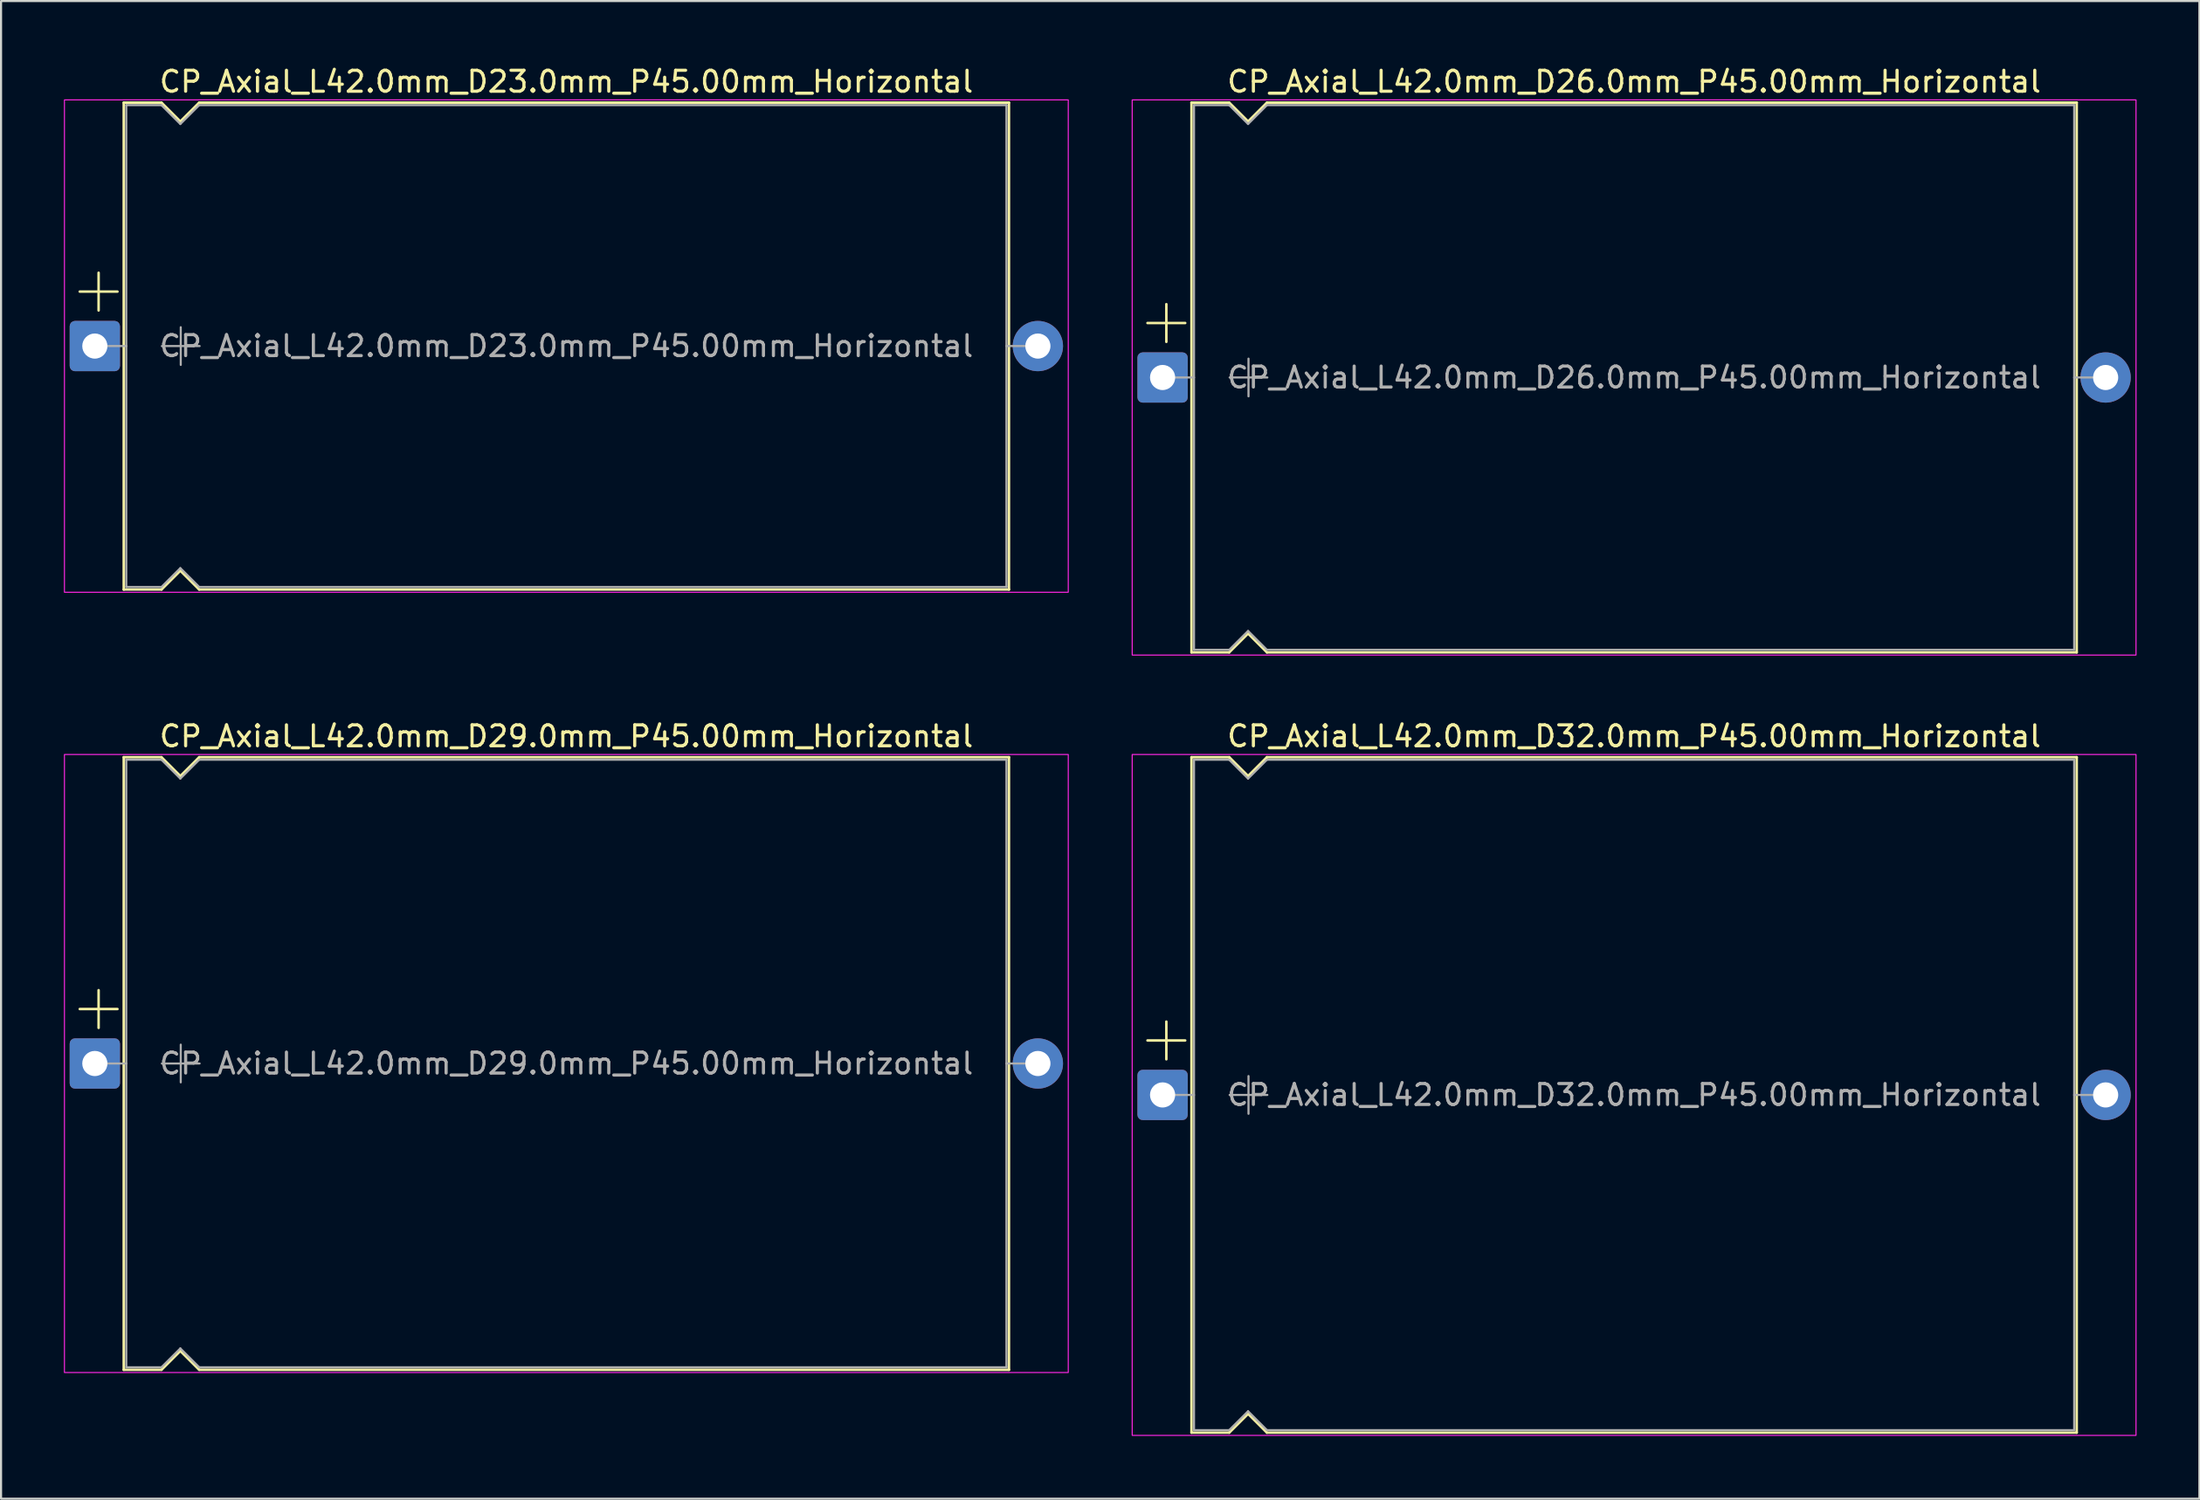
<source format=kicad_pcb>
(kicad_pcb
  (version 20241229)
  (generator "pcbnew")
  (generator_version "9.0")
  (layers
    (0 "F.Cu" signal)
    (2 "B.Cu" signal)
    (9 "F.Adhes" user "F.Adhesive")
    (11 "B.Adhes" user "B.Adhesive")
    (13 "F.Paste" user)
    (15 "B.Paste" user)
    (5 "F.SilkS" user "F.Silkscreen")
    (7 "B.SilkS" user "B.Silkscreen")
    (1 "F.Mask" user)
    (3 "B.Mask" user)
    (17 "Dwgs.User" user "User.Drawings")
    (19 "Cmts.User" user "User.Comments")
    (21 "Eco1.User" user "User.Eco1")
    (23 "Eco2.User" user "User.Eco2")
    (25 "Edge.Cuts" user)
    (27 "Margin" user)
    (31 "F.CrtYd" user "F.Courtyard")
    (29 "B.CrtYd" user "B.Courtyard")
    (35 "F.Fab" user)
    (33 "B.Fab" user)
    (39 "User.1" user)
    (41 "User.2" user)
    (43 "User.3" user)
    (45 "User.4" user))
  (footprint "CP_Axial_L42.0mm_D26.0mm_P45.00mm_Horizontal"
    (layer "F.Cu")
    (at 52.425 14.968)
    (property "Reference" "CP_Axial_L42.0mm_D26.0mm_P45.00mm_Horizontal" (at 22.5 -14.12 0) (layer "F.SilkS") (effects (font (size 1 1) (thickness 0.15))))
    (attr through_hole)
    (fp_line (start -0.72 -2.6) (end 1.08 -2.6) (stroke (width 0.12) (type solid)) (layer "F.SilkS"))
    (fp_line (start 0.18 -3.5) (end 0.18 -1.7) (stroke (width 0.12) (type solid)) (layer "F.SilkS"))
    (fp_line (start 1.38 -13.12) (end 1.38 13.12) (stroke (width 0.12) (type solid)) (layer "F.SilkS"))
    (fp_line (start 1.38 -13.12) (end 3.18 -13.12) (stroke (width 0.12) (type solid)) (layer "F.SilkS"))
    (fp_line (start 1.38 13.12) (end 3.18 13.12) (stroke (width 0.12) (type solid)) (layer "F.SilkS"))
    (fp_line (start 3.18 -13.12) (end 4.08 -12.22) (stroke (width 0.12) (type solid)) (layer "F.SilkS"))
    (fp_line (start 3.18 13.12) (end 4.08 12.22) (stroke (width 0.12) (type solid)) (layer "F.SilkS"))
    (fp_line (start 4.08 -12.22) (end 4.98 -13.12) (stroke (width 0.12) (type solid)) (layer "F.SilkS"))
    (fp_line (start 4.08 12.22) (end 4.98 13.12) (stroke (width 0.12) (type solid)) (layer "F.SilkS"))
    (fp_line (start 4.98 -13.12) (end 43.62 -13.12) (stroke (width 0.12) (type solid)) (layer "F.SilkS"))
    (fp_line (start 4.98 13.12) (end 43.62 13.12) (stroke (width 0.12) (type solid)) (layer "F.SilkS"))
    (fp_line (start 43.62 -13.12) (end 43.62 13.12) (stroke (width 0.12) (type solid)) (layer "F.SilkS"))
    (fp_rect (start -1.45 -13.25) (end 46.45 13.25) (stroke (width 0.05) (type solid)) (fill no) (layer "F.CrtYd"))
    (fp_line (start 0 0) (end 1.5 0) (stroke (width 0.1) (type solid)) (layer "F.Fab"))
    (fp_line (start 1.5 -13) (end 1.5 13) (stroke (width 0.1) (type solid)) (layer "F.Fab"))
    (fp_line (start 1.5 -13) (end 3.18 -13) (stroke (width 0.1) (type solid)) (layer "F.Fab"))
    (fp_line (start 1.5 13) (end 3.18 13) (stroke (width 0.1) (type solid)) (layer "F.Fab"))
    (fp_line (start 3.18 -13) (end 4.08 -12.1) (stroke (width 0.1) (type solid)) (layer "F.Fab"))
    (fp_line (start 3.18 13) (end 4.08 12.1) (stroke (width 0.1) (type solid)) (layer "F.Fab"))
    (fp_line (start 3.2 0) (end 5 0) (stroke (width 0.1) (type solid)) (layer "F.Fab"))
    (fp_line (start 4.08 -12.1) (end 4.98 -13) (stroke (width 0.1) (type solid)) (layer "F.Fab"))
    (fp_line (start 4.08 12.1) (end 4.98 13) (stroke (width 0.1) (type solid)) (layer "F.Fab"))
    (fp_line (start 4.1 -0.9) (end 4.1 0.9) (stroke (width 0.1) (type solid)) (layer "F.Fab"))
    (fp_line (start 4.98 -13) (end 43.5 -13) (stroke (width 0.1) (type solid)) (layer "F.Fab"))
    (fp_line (start 4.98 13) (end 43.5 13) (stroke (width 0.1) (type solid)) (layer "F.Fab"))
    (fp_line (start 43.5 -13) (end 43.5 13) (stroke (width 0.1) (type solid)) (layer "F.Fab"))
    (fp_line (start 45 0) (end 43.5 0) (stroke (width 0.1) (type solid)) (layer "F.Fab"))
    (fp_text user "${REFERENCE}" (at 22.5 0 0) (layer "F.Fab") (effects (font (size 1 1) (thickness 0.15))))
    (pad "1" thru_hole roundrect (at 0 0) (size 2.4 2.4) (drill 1.2) (layers "*.Cu" "*.Mask") (roundrect_rratio 0.104))
    (pad "2" thru_hole circle (at 45 0) (size 2.4 2.4) (drill 1.2) (layers "*.Cu" "*.Mask")))
  (footprint "CP_Axial_L42.0mm_D23.0mm_P45.00mm_Horizontal"
    (layer "F.Cu")
    (at 1.475 13.468)
    (property "Reference" "CP_Axial_L42.0mm_D23.0mm_P45.00mm_Horizontal" (at 22.5 -12.62 0) (layer "F.SilkS") (effects (font (size 1 1) (thickness 0.15))))
    (attr through_hole)
    (fp_line (start -0.72 -2.6) (end 1.08 -2.6) (stroke (width 0.12) (type solid)) (layer "F.SilkS"))
    (fp_line (start 0.18 -3.5) (end 0.18 -1.7) (stroke (width 0.12) (type solid)) (layer "F.SilkS"))
    (fp_line (start 1.38 -11.62) (end 1.38 11.62) (stroke (width 0.12) (type solid)) (layer "F.SilkS"))
    (fp_line (start 1.38 -11.62) (end 3.18 -11.62) (stroke (width 0.12) (type solid)) (layer "F.SilkS"))
    (fp_line (start 1.38 11.62) (end 3.18 11.62) (stroke (width 0.12) (type solid)) (layer "F.SilkS"))
    (fp_line (start 3.18 -11.62) (end 4.08 -10.72) (stroke (width 0.12) (type solid)) (layer "F.SilkS"))
    (fp_line (start 3.18 11.62) (end 4.08 10.72) (stroke (width 0.12) (type solid)) (layer "F.SilkS"))
    (fp_line (start 4.08 -10.72) (end 4.98 -11.62) (stroke (width 0.12) (type solid)) (layer "F.SilkS"))
    (fp_line (start 4.08 10.72) (end 4.98 11.62) (stroke (width 0.12) (type solid)) (layer "F.SilkS"))
    (fp_line (start 4.98 -11.62) (end 43.62 -11.62) (stroke (width 0.12) (type solid)) (layer "F.SilkS"))
    (fp_line (start 4.98 11.62) (end 43.62 11.62) (stroke (width 0.12) (type solid)) (layer "F.SilkS"))
    (fp_line (start 43.62 -11.62) (end 43.62 11.62) (stroke (width 0.12) (type solid)) (layer "F.SilkS"))
    (fp_rect (start -1.45 -11.75) (end 46.45 11.75) (stroke (width 0.05) (type solid)) (fill no) (layer "F.CrtYd"))
    (fp_line (start 0 0) (end 1.5 0) (stroke (width 0.1) (type solid)) (layer "F.Fab"))
    (fp_line (start 1.5 -11.5) (end 1.5 11.5) (stroke (width 0.1) (type solid)) (layer "F.Fab"))
    (fp_line (start 1.5 -11.5) (end 3.18 -11.5) (stroke (width 0.1) (type solid)) (layer "F.Fab"))
    (fp_line (start 1.5 11.5) (end 3.18 11.5) (stroke (width 0.1) (type solid)) (layer "F.Fab"))
    (fp_line (start 3.18 -11.5) (end 4.08 -10.6) (stroke (width 0.1) (type solid)) (layer "F.Fab"))
    (fp_line (start 3.18 11.5) (end 4.08 10.6) (stroke (width 0.1) (type solid)) (layer "F.Fab"))
    (fp_line (start 3.2 0) (end 5 0) (stroke (width 0.1) (type solid)) (layer "F.Fab"))
    (fp_line (start 4.08 -10.6) (end 4.98 -11.5) (stroke (width 0.1) (type solid)) (layer "F.Fab"))
    (fp_line (start 4.08 10.6) (end 4.98 11.5) (stroke (width 0.1) (type solid)) (layer "F.Fab"))
    (fp_line (start 4.1 -0.9) (end 4.1 0.9) (stroke (width 0.1) (type solid)) (layer "F.Fab"))
    (fp_line (start 4.98 -11.5) (end 43.5 -11.5) (stroke (width 0.1) (type solid)) (layer "F.Fab"))
    (fp_line (start 4.98 11.5) (end 43.5 11.5) (stroke (width 0.1) (type solid)) (layer "F.Fab"))
    (fp_line (start 43.5 -11.5) (end 43.5 11.5) (stroke (width 0.1) (type solid)) (layer "F.Fab"))
    (fp_line (start 45 0) (end 43.5 0) (stroke (width 0.1) (type solid)) (layer "F.Fab"))
    (fp_text user "${REFERENCE}" (at 22.5 0 0) (layer "F.Fab") (effects (font (size 1 1) (thickness 0.15))))
    (pad "1" thru_hole roundrect (at 0 0) (size 2.4 2.4) (drill 1.2) (layers "*.Cu" "*.Mask") (roundrect_rratio 0.104))
    (pad "2" thru_hole circle (at 45 0) (size 2.4 2.4) (drill 1.2) (layers "*.Cu" "*.Mask")))
  (footprint "CP_Axial_L42.0mm_D29.0mm_P45.00mm_Horizontal"
    (layer "F.Cu")
    (at 1.475 47.712)
    (property "Reference" "CP_Axial_L42.0mm_D29.0mm_P45.00mm_Horizontal" (at 22.5 -15.62 0) (layer "F.SilkS") (effects (font (size 1 1) (thickness 0.15))))
    (attr through_hole)
    (fp_line (start -0.72 -2.6) (end 1.08 -2.6) (stroke (width 0.12) (type solid)) (layer "F.SilkS"))
    (fp_line (start 0.18 -3.5) (end 0.18 -1.7) (stroke (width 0.12) (type solid)) (layer "F.SilkS"))
    (fp_line (start 1.38 -14.62) (end 1.38 14.62) (stroke (width 0.12) (type solid)) (layer "F.SilkS"))
    (fp_line (start 1.38 -14.62) (end 3.18 -14.62) (stroke (width 0.12) (type solid)) (layer "F.SilkS"))
    (fp_line (start 1.38 14.62) (end 3.18 14.62) (stroke (width 0.12) (type solid)) (layer "F.SilkS"))
    (fp_line (start 3.18 -14.62) (end 4.08 -13.72) (stroke (width 0.12) (type solid)) (layer "F.SilkS"))
    (fp_line (start 3.18 14.62) (end 4.08 13.72) (stroke (width 0.12) (type solid)) (layer "F.SilkS"))
    (fp_line (start 4.08 -13.72) (end 4.98 -14.62) (stroke (width 0.12) (type solid)) (layer "F.SilkS"))
    (fp_line (start 4.08 13.72) (end 4.98 14.62) (stroke (width 0.12) (type solid)) (layer "F.SilkS"))
    (fp_line (start 4.98 -14.62) (end 43.62 -14.62) (stroke (width 0.12) (type solid)) (layer "F.SilkS"))
    (fp_line (start 4.98 14.62) (end 43.62 14.62) (stroke (width 0.12) (type solid)) (layer "F.SilkS"))
    (fp_line (start 43.62 -14.62) (end 43.62 14.62) (stroke (width 0.12) (type solid)) (layer "F.SilkS"))
    (fp_rect (start -1.45 -14.75) (end 46.45 14.75) (stroke (width 0.05) (type solid)) (fill no) (layer "F.CrtYd"))
    (fp_line (start 0 0) (end 1.5 0) (stroke (width 0.1) (type solid)) (layer "F.Fab"))
    (fp_line (start 1.5 -14.5) (end 1.5 14.5) (stroke (width 0.1) (type solid)) (layer "F.Fab"))
    (fp_line (start 1.5 -14.5) (end 3.18 -14.5) (stroke (width 0.1) (type solid)) (layer "F.Fab"))
    (fp_line (start 1.5 14.5) (end 3.18 14.5) (stroke (width 0.1) (type solid)) (layer "F.Fab"))
    (fp_line (start 3.18 -14.5) (end 4.08 -13.6) (stroke (width 0.1) (type solid)) (layer "F.Fab"))
    (fp_line (start 3.18 14.5) (end 4.08 13.6) (stroke (width 0.1) (type solid)) (layer "F.Fab"))
    (fp_line (start 3.2 0) (end 5 0) (stroke (width 0.1) (type solid)) (layer "F.Fab"))
    (fp_line (start 4.08 -13.6) (end 4.98 -14.5) (stroke (width 0.1) (type solid)) (layer "F.Fab"))
    (fp_line (start 4.08 13.6) (end 4.98 14.5) (stroke (width 0.1) (type solid)) (layer "F.Fab"))
    (fp_line (start 4.1 -0.9) (end 4.1 0.9) (stroke (width 0.1) (type solid)) (layer "F.Fab"))
    (fp_line (start 4.98 -14.5) (end 43.5 -14.5) (stroke (width 0.1) (type solid)) (layer "F.Fab"))
    (fp_line (start 4.98 14.5) (end 43.5 14.5) (stroke (width 0.1) (type solid)) (layer "F.Fab"))
    (fp_line (start 43.5 -14.5) (end 43.5 14.5) (stroke (width 0.1) (type solid)) (layer "F.Fab"))
    (fp_line (start 45 0) (end 43.5 0) (stroke (width 0.1) (type solid)) (layer "F.Fab"))
    (fp_text user "${REFERENCE}" (at 22.5 0 0) (layer "F.Fab") (effects (font (size 1 1) (thickness 0.15))))
    (pad "1" thru_hole roundrect (at 0 0) (size 2.4 2.4) (drill 1.2) (layers "*.Cu" "*.Mask") (roundrect_rratio 0.104))
    (pad "2" thru_hole circle (at 45 0) (size 2.4 2.4) (drill 1.2) (layers "*.Cu" "*.Mask")))
  (footprint "CP_Axial_L42.0mm_D32.0mm_P45.00mm_Horizontal"
    (layer "F.Cu")
    (at 52.425 49.212)
    (property "Reference" "CP_Axial_L42.0mm_D32.0mm_P45.00mm_Horizontal" (at 22.5 -17.12 0) (layer "F.SilkS") (effects (font (size 1 1) (thickness 0.15))))
    (attr through_hole)
    (fp_line (start -0.72 -2.6) (end 1.08 -2.6) (stroke (width 0.12) (type solid)) (layer "F.SilkS"))
    (fp_line (start 0.18 -3.5) (end 0.18 -1.7) (stroke (width 0.12) (type solid)) (layer "F.SilkS"))
    (fp_line (start 1.38 -16.12) (end 1.38 16.12) (stroke (width 0.12) (type solid)) (layer "F.SilkS"))
    (fp_line (start 1.38 -16.12) (end 3.18 -16.12) (stroke (width 0.12) (type solid)) (layer "F.SilkS"))
    (fp_line (start 1.38 16.12) (end 3.18 16.12) (stroke (width 0.12) (type solid)) (layer "F.SilkS"))
    (fp_line (start 3.18 -16.12) (end 4.08 -15.22) (stroke (width 0.12) (type solid)) (layer "F.SilkS"))
    (fp_line (start 3.18 16.12) (end 4.08 15.22) (stroke (width 0.12) (type solid)) (layer "F.SilkS"))
    (fp_line (start 4.08 -15.22) (end 4.98 -16.12) (stroke (width 0.12) (type solid)) (layer "F.SilkS"))
    (fp_line (start 4.08 15.22) (end 4.98 16.12) (stroke (width 0.12) (type solid)) (layer "F.SilkS"))
    (fp_line (start 4.98 -16.12) (end 43.62 -16.12) (stroke (width 0.12) (type solid)) (layer "F.SilkS"))
    (fp_line (start 4.98 16.12) (end 43.62 16.12) (stroke (width 0.12) (type solid)) (layer "F.SilkS"))
    (fp_line (start 43.62 -16.12) (end 43.62 16.12) (stroke (width 0.12) (type solid)) (layer "F.SilkS"))
    (fp_rect (start -1.45 -16.25) (end 46.45 16.25) (stroke (width 0.05) (type solid)) (fill no) (layer "F.CrtYd"))
    (fp_line (start 0 0) (end 1.5 0) (stroke (width 0.1) (type solid)) (layer "F.Fab"))
    (fp_line (start 1.5 -16) (end 1.5 16) (stroke (width 0.1) (type solid)) (layer "F.Fab"))
    (fp_line (start 1.5 -16) (end 3.18 -16) (stroke (width 0.1) (type solid)) (layer "F.Fab"))
    (fp_line (start 1.5 16) (end 3.18 16) (stroke (width 0.1) (type solid)) (layer "F.Fab"))
    (fp_line (start 3.18 -16) (end 4.08 -15.1) (stroke (width 0.1) (type solid)) (layer "F.Fab"))
    (fp_line (start 3.18 16) (end 4.08 15.1) (stroke (width 0.1) (type solid)) (layer "F.Fab"))
    (fp_line (start 3.2 0) (end 5 0) (stroke (width 0.1) (type solid)) (layer "F.Fab"))
    (fp_line (start 4.08 -15.1) (end 4.98 -16) (stroke (width 0.1) (type solid)) (layer "F.Fab"))
    (fp_line (start 4.08 15.1) (end 4.98 16) (stroke (width 0.1) (type solid)) (layer "F.Fab"))
    (fp_line (start 4.1 -0.9) (end 4.1 0.9) (stroke (width 0.1) (type solid)) (layer "F.Fab"))
    (fp_line (start 4.98 -16) (end 43.5 -16) (stroke (width 0.1) (type solid)) (layer "F.Fab"))
    (fp_line (start 4.98 16) (end 43.5 16) (stroke (width 0.1) (type solid)) (layer "F.Fab"))
    (fp_line (start 43.5 -16) (end 43.5 16) (stroke (width 0.1) (type solid)) (layer "F.Fab"))
    (fp_line (start 45 0) (end 43.5 0) (stroke (width 0.1) (type solid)) (layer "F.Fab"))
    (fp_text user "${REFERENCE}" (at 22.5 0 0) (layer "F.Fab") (effects (font (size 1 1) (thickness 0.15))))
    (pad "1" thru_hole roundrect (at 0 0) (size 2.4 2.4) (drill 1.2) (layers "*.Cu" "*.Mask") (roundrect_rratio 0.104))
    (pad "2" thru_hole circle (at 45 0) (size 2.4 2.4) (drill 1.2) (layers "*.Cu" "*.Mask")))
  (gr_rect
    (start -3 -3)
    (end 101.9 68.487)
    (stroke (width 0.1) (type default))
    (fill no)
    (layer "Edge.Cuts")))
</source>
